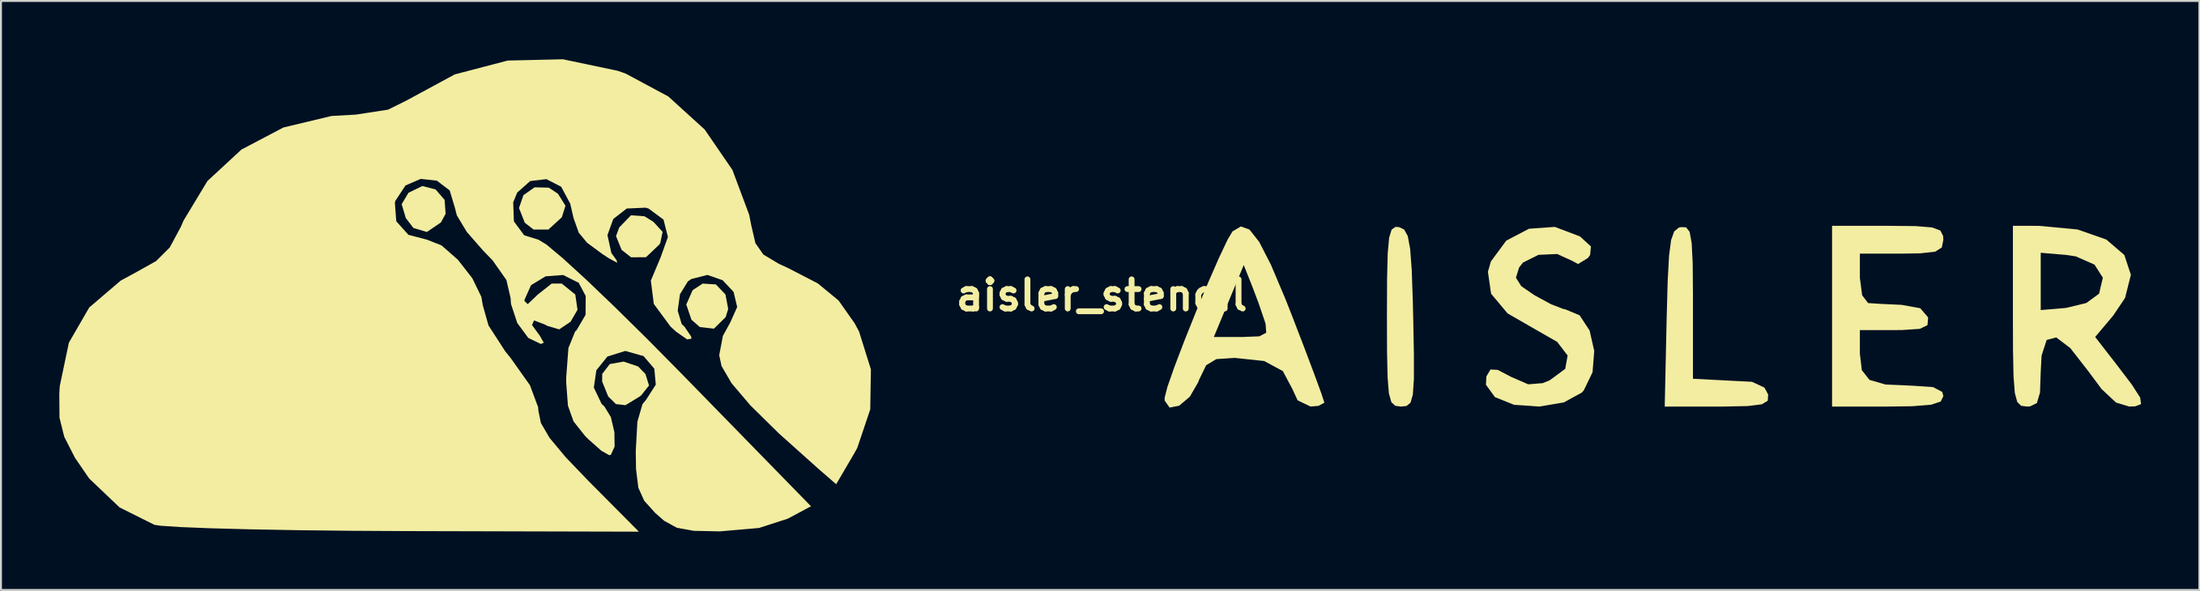
<source format=kicad_pcb>
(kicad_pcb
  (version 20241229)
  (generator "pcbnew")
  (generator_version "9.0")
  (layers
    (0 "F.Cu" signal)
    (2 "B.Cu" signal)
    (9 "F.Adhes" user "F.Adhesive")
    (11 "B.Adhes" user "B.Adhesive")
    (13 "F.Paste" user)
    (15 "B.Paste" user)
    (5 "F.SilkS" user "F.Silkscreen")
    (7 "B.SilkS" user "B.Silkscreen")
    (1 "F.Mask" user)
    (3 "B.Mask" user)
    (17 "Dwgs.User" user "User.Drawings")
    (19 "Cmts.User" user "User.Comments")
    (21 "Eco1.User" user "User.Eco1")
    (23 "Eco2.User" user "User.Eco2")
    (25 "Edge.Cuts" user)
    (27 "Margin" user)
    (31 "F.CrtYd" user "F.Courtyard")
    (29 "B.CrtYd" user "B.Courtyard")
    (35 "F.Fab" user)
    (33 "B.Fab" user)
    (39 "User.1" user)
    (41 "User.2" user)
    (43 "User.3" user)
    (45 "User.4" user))
  (footprint "aisler_stencil"
    (layer "F.Cu")
    (at 53.619 12.148)
    (property "Reference" "aisler_stencil" (at 0 0 0) (layer "F.SilkS") (effects (font (size 1.5 1.5) (thickness 0.3))))
    (attr board_only exclude_from_pos_files exclude_from_bom)
    (fp_poly (pts (xy -28.442 -5.541) (xy -27.972 -5.23) (xy -27.585 -4.612) (xy -27.77 -4.018) (xy -28.461 -3.386) (xy -29.226 -3.385) (xy -29.676 -3.736) (xy -29.975 -4.494) (xy -29.745 -5.155) (xy -29.173 -5.558)) (stroke (width 0) (type solid)) (fill yes) (layer "F.SilkS"))
    (fp_poly (pts (xy -19.848 -0.561) (xy -19.355 -0.045) (xy -19.214 0.703) (xy -19.345 1.123) (xy -19.949 1.716) (xy -20.674 1.633) (xy -21.103 1.257) (xy -21.371 0.474) (xy -21.043 -0.265) (xy -20.527 -0.603)) (stroke (width 0) (type solid)) (fill yes) (layer "F.SilkS"))
    (fp_poly (pts (xy -34.262 -5.447) (xy -33.801 -4.913) (xy -33.749 -4.196) (xy -33.99 -3.752) (xy -34.712 -3.26) (xy -35.406 -3.466) (xy -35.797 -3.977) (xy -36.009 -4.69) (xy -35.659 -5.277) (xy -35.658 -5.278) (xy -34.944 -5.626)) (stroke (width 0) (type solid)) (fill yes) (layer "F.SilkS"))
    (fp_poly (pts (xy -23.522 -4.069) (xy -23.06 -3.782) (xy -22.587 -3.265) (xy -22.707 -2.697) (xy -22.755 -2.615) (xy -23.443 -1.961) (xy -24.211 -1.957) (xy -24.697 -2.34) (xy -24.984 -3.047) (xy -24.817 -3.497) (xy -24.217 -4.117)) (stroke (width 0) (type solid)) (fill yes) (layer "F.SilkS"))
    (fp_poly (pts (xy -23.85 3.66) (xy -23.471 4.046) (xy -23.287 4.64) (xy -23.689 5.147) (xy -23.769 5.208) (xy -24.497 5.653) (xy -24.989 5.597) (xy -25.386 5.205) (xy -25.697 4.435) (xy -25.693 4.042) (xy -25.303 3.537) (xy -24.593 3.41)) (stroke (width 0) (type solid)) (fill yes) (layer "F.SilkS"))
    (fp_poly (pts (xy 15.294 -3.51) (xy 15.556 -3.384) (xy 15.74 -3.048) (xy 15.863 -2.387) (xy 15.945 -1.284) (xy 16.001 0.376) (xy 16.02 1.167) (xy 16.055 3.042) (xy 16.055 4.316) (xy 16.001 5.107) (xy 15.88 5.528) (xy 15.674 5.695) (xy 15.394 5.724) (xy 15.098 5.687) (xy 14.896 5.5) (xy 14.769 5.048) (xy 14.701 4.219) (xy 14.673 2.899) (xy 14.668 1.047) (xy 14.675 -0.861) (xy 14.708 -2.163) (xy 14.781 -2.968) (xy 14.91 -3.384) (xy 15.109 -3.521)) (stroke (width 0) (type solid)) (fill yes) (layer "F.SilkS"))
    (fp_poly (pts (xy 30.056 -3.5) (xy 30.237 -3.266) (xy 30.343 -2.69) (xy 30.394 -1.657) (xy 30.408 -0.047) (xy 30.408 0.332) (xy 30.408 4.293) (xy 31.571 4.354) (xy 32.628 4.409) (xy 33.446 4.45) (xy 34.083 4.748) (xy 34.277 5.105) (xy 34.256 5.421) (xy 33.953 5.607) (xy 33.229 5.698) (xy 31.95 5.724) (xy 31.676 5.724) (xy 28.956 5.724) (xy 29.056 1.167) (xy 29.108 -0.732) (xy 29.178 -2.03) (xy 29.284 -2.844) (xy 29.443 -3.289) (xy 29.674 -3.48) (xy 29.782 -3.51)) (stroke (width 0) (type solid)) (fill yes) (layer "F.SilkS"))
    (fp_poly (pts (xy 41.851 -3.563) (xy 42.706 -3.494) (xy 43.133 -3.335) (xy 43.277 -3.051) (xy 43.287 -2.862) (xy 43.209 -2.462) (xy 42.865 -2.246) (xy 42.092 -2.16) (xy 41.141 -2.146) (xy 38.994 -2.146) (xy 38.994 -0.894) (xy 39.111 -0.002) (xy 39.415 0.396) (xy 39.442 0.4) (xy 40.088 0.442) (xy 41.055 0.486) (xy 41.136 0.49) (xy 42.099 0.664) (xy 42.496 1.127) (xy 42.504 1.163) (xy 42.47 1.536) (xy 42.077 1.725) (xy 41.17 1.786) (xy 40.809 1.789) (xy 38.994 1.789) (xy 38.994 3.003) (xy 39.094 3.85) (xy 39.487 4.351) (xy 40.311 4.59) (xy 41.705 4.651) (xy 41.707 4.651) (xy 42.757 4.723) (xy 43.229 4.97) (xy 43.287 5.187) (xy 43.153 5.463) (xy 42.663 5.628) (xy 41.693 5.707) (xy 40.425 5.724) (xy 37.563 5.724) (xy 37.563 1.073) (xy 37.563 -3.577) (xy 40.425 -3.577)) (stroke (width 0) (type solid)) (fill yes) (layer "F.SilkS"))
    (fp_poly (pts (xy 24.578 -3.039) (xy 24.622 -3.009) (xy 25.16 -2.515) (xy 25.119 -2.078) (xy 25.003 -1.92) (xy 24.499 -1.61) (xy 24.199 -1.774) (xy 23.423 -2.127) (xy 22.461 -2.083) (xy 21.663 -1.684) (xy 21.466 -1.433) (xy 21.303 -0.907) (xy 21.577 -0.471) (xy 22.258 -0.003) (xy 23.118 0.463) (xy 23.748 0.705) (xy 23.824 0.714) (xy 24.577 1.026) (xy 25.093 1.813) (xy 25.33 2.861) (xy 25.244 3.958) (xy 24.794 4.889) (xy 24.685 5.008) (xy 23.765 5.511) (xy 22.501 5.724) (xy 21.207 5.634) (xy 20.223 5.239) (xy 19.76 4.601) (xy 19.782 4.174) (xy 19.995 3.816) (xy 20.368 3.837) (xy 21.055 4.197) (xy 21.934 4.58) (xy 22.681 4.519) (xy 23.037 4.375) (xy 23.839 3.783) (xy 23.962 3.099) (xy 23.424 2.395) (xy 22.382 1.799) (xy 20.872 0.93) (xy 20.025 -0.083) (xy 19.862 -1.211) (xy 20.015 -1.744) (xy 20.806 -2.815) (xy 21.975 -3.427) (xy 23.304 -3.521)) (stroke (width 0) (type solid)) (fill yes) (layer "F.SilkS"))
    (fp_poly (pts (xy 48.206 -3.575) (xy 50.189 -3.389) (xy 51.667 -2.872) (xy 52.596 -2.076) (xy 52.933 -1.056) (xy 52.633 0.136) (xy 52.021 1.045) (xy 51.096 2.144) (xy 52.14 3.487) (xy 52.984 4.596) (xy 53.411 5.263) (xy 53.457 5.598) (xy 53.156 5.713) (xy 52.845 5.724) (xy 52.167 5.517) (xy 51.43 4.829) (xy 50.767 3.936) (xy 49.816 2.714) (xy 49.094 2.167) (xy 48.601 2.297) (xy 48.34 3.102) (xy 48.296 3.935) (xy 48.258 5.008) (xy 48.098 5.543) (xy 47.746 5.716) (xy 47.58 5.724) (xy 47.288 5.684) (xy 47.089 5.49) (xy 46.964 5.027) (xy 46.897 4.181) (xy 46.87 2.837) (xy 46.865 1.073) (xy 46.865 -0.715) (xy 48.296 -0.715) (xy 48.296 0.759) (xy 49.601 0.648) (xy 50.644 0.394) (xy 51.294 -0.083) (xy 51.299 -0.089) (xy 51.491 -0.907) (xy 51.061 -1.581) (xy 50.098 -2.005) (xy 49.601 -2.079) (xy 48.296 -2.19) (xy 48.296 -0.715) (xy 46.865 -0.715) (xy 46.865 -3.577)) (stroke (width 0) (type solid)) (fill yes) (layer "F.SilkS"))
    (fp_poly (pts (xy 7.597 -3.385) (xy 8.096 -2.752) (xy 8.697 -1.583) (xy 9.445 0.185) (xy 9.773 1.018) (xy 10.4 2.646) (xy 10.92 4.025) (xy 11.285 5.022) (xy 11.445 5.505) (xy 11.448 5.526) (xy 11.147 5.688) (xy 10.739 5.724) (xy 10.073 5.403) (xy 9.804 4.82) (xy 9.314 3.899) (xy 8.356 3.381) (xy 6.844 3.22) (xy 5.891 3.283) (xy 5.371 3.597) (xy 5.005 4.348) (xy 4.96 4.472) (xy 4.529 5.218) (xy 3.98 5.681) (xy 3.49 5.777) (xy 3.239 5.422) (xy 3.233 5.277) (xy 3.374 4.723) (xy 3.735 3.689) (xy 4.249 2.34) (xy 4.327 2.146) (xy 5.764 2.146) (xy 7.199 2.146) (xy 8.104 2.11) (xy 8.459 1.925) (xy 8.428 1.481) (xy 8.387 1.342) (xy 8.067 0.404) (xy 7.721 -0.51) (xy 7.303 -1.557) (xy 6.533 0.295) (xy 5.764 2.146) (xy 4.327 2.146) (xy 4.848 0.843) (xy 5.464 -0.636) (xy 6.03 -1.931) (xy 6.477 -2.875) (xy 6.727 -3.292) (xy 7.155 -3.544)) (stroke (width 0) (type solid)) (fill yes) (layer "F.SilkS"))
    (fp_poly (pts (xy -24.887 -11.552) (xy -24.479 -11.407) (xy -22.292 -10.232) (xy -20.423 -8.532) (xy -18.997 -6.453) (xy -18.134 -4.145) (xy -18.029 -3.607) (xy -17.814 -2.683) (xy -17.405 -2.099) (xy -16.6 -1.617) (xy -16.155 -1.414) (xy -14.608 -0.616) (xy -13.537 0.266) (xy -12.711 1.438) (xy -12.483 1.864) (xy -11.874 3.81) (xy -11.907 5.868) (xy -12.575 7.852) (xy -12.733 8.138) (xy -13.661 9.721) (xy -14.611 8.895) (xy -16.614 7.1) (xy -18.075 5.661) (xy -19.041 4.525) (xy -19.557 3.639) (xy -19.676 3.08) (xy -19.487 2.086) (xy -19.107 1.395) (xy -18.752 0.601) (xy -18.936 -0.175) (xy -19.5 -0.777) (xy -20.281 -1.05) (xy -21.118 -0.837) (xy -21.291 -0.712) (xy -21.696 -0.053) (xy -21.811 0.793) (xy -21.607 1.477) (xy -21.465 1.61) (xy -21.12 2.12) (xy -21.107 2.235) (xy -21.328 2.267) (xy -21.886 1.877) (xy -22.18 1.61) (xy -23.041 0.442) (xy -23.193 -0.757) (xy -22.687 -1.963) (xy -22.315 -3.002) (xy -22.541 -3.896) (xy -23.31 -4.466) (xy -23.461 -4.511) (xy -24.433 -4.467) (xy -25.125 -3.929) (xy -25.425 -3.099) (xy -25.223 -2.177) (xy -24.953 -1.802) (xy -24.924 -1.675) (xy -25.371 -1.917) (xy -25.697 -2.133) (xy -26.47 -2.704) (xy -26.901 -3.224) (xy -27.169 -3.979) (xy -27.339 -4.716) (xy -27.806 -5.589) (xy -28.569 -5.979) (xy -29.398 -5.881) (xy -30.066 -5.289) (xy -30.273 -4.785) (xy -30.237 -3.805) (xy -29.708 -3.091) (xy -28.974 -2.862) (xy -28.563 -2.614) (xy -27.729 -1.915) (xy -26.544 -0.832) (xy -25.077 0.571) (xy -23.399 2.225) (xy -21.648 3.997) (xy -14.955 10.856) (xy -16.153 11.495) (xy -17.631 11.973) (xy -19.648 12.148) (xy -19.656 12.148) (xy -20.986 12.119) (xy -21.852 11.962) (xy -22.505 11.606) (xy -22.966 11.202) (xy -23.534 10.571) (xy -23.836 9.903) (xy -23.954 8.943) (xy -23.969 8.026) (xy -23.885 6.505) (xy -23.624 5.602) (xy -23.432 5.366) (xy -22.938 4.596) (xy -23.014 3.777) (xy -23.568 3.127) (xy -24.506 2.862) (xy -25.427 3.15) (xy -25.996 3.857) (xy -26.125 4.748) (xy -25.724 5.588) (xy -25.579 5.724) (xy -25.25 6.264) (xy -25.067 7.045) (xy -25.057 7.787) (xy -25.248 8.206) (xy -25.333 8.228) (xy -25.746 7.992) (xy -26.406 7.407) (xy -26.585 7.225) (xy -27.168 6.49) (xy -27.457 5.681) (xy -27.545 4.506) (xy -27.546 4.228) (xy -27.433 2.715) (xy -27.089 1.866) (xy -27.01 1.789) (xy -26.551 1.005) (xy -26.543 0.036) (xy -26.903 -0.644) (xy -27.704 -1.046) (xy -28.607 -0.977) (xy -29.355 -0.523) (xy -29.691 0.231) (xy -29.693 0.29) (xy -29.527 0.454) (xy -29.057 0.009) (xy -29.033 -0.02) (xy -28.292 -0.605) (xy -27.773 -0.604) (xy -27.079 -0.041) (xy -26.965 0.744) (xy -27.324 1.362) (xy -27.908 1.753) (xy -28.534 1.566) (xy -28.626 1.51) (xy -29.201 1.29) (xy -29.305 1.53) (xy -28.906 2.075) (xy -28.699 2.439) (xy -28.85 2.504) (xy -29.498 2.191) (xy -30.065 1.421) (xy -30.385 0.448) (xy -30.408 0.134) (xy -30.623 -0.79) (xy -31.331 -1.798) (xy -31.839 -2.325) (xy -32.658 -3.261) (xy -33.172 -4.116) (xy -33.27 -4.501) (xy -33.539 -5.397) (xy -34.198 -5.901) (xy -35.03 -5.992) (xy -35.814 -5.653) (xy -36.332 -4.863) (xy -36.359 -4.768) (xy -36.287 -3.811) (xy -35.664 -3.115) (xy -34.703 -2.862) (xy -33.959 -2.569) (xy -33.121 -1.835) (xy -32.376 -0.88) (xy -31.91 0.079) (xy -31.839 0.504) (xy -31.542 1.552) (xy -30.68 2.885) (xy -30.408 3.22) (xy -29.412 4.625) (xy -28.99 5.757) (xy -28.977 5.944) (xy -28.847 6.573) (xy -28.402 7.335) (xy -27.562 8.343) (xy -26.393 9.561) (xy -23.808 12.163) (xy -35.784 12.133) (xy -38.683 12.117) (xy -41.387 12.086) (xy -43.805 12.042) (xy -45.844 11.988) (xy -47.412 11.925) (xy -48.417 11.857) (xy -48.728 11.81) (xy -50.517 10.916) (xy -52.077 9.432) (xy -52.808 8.37) (xy -53.364 7.283) (xy -53.609 6.297) (xy -53.619 5.056) (xy -53.594 4.666) (xy -53.126 2.437) (xy -52.079 0.625) (xy -50.46 -0.758) (xy -49.722 -1.158) (xy -48.642 -1.761) (xy -47.937 -2.465) (xy -47.361 -3.538) (xy -47.228 -3.848) (xy -46 -5.882) (xy -44.253 -7.5) (xy -42.092 -8.637) (xy -39.621 -9.229) (xy -38.359 -9.301) (xy -36.709 -9.555) (xy -35.766 -10.023) (xy -33.279 -11.369) (xy -30.554 -12.082) (xy -27.715 -12.148)) (stroke (width 0) (type solid)) (fill yes) (layer "F.SilkS")))
  (gr_rect
    (start -3 -3)
    (end 110.076 27.312)
    (stroke (width 0.1) (type default))
    (fill no)
    (layer "Edge.Cuts")))
</source>
